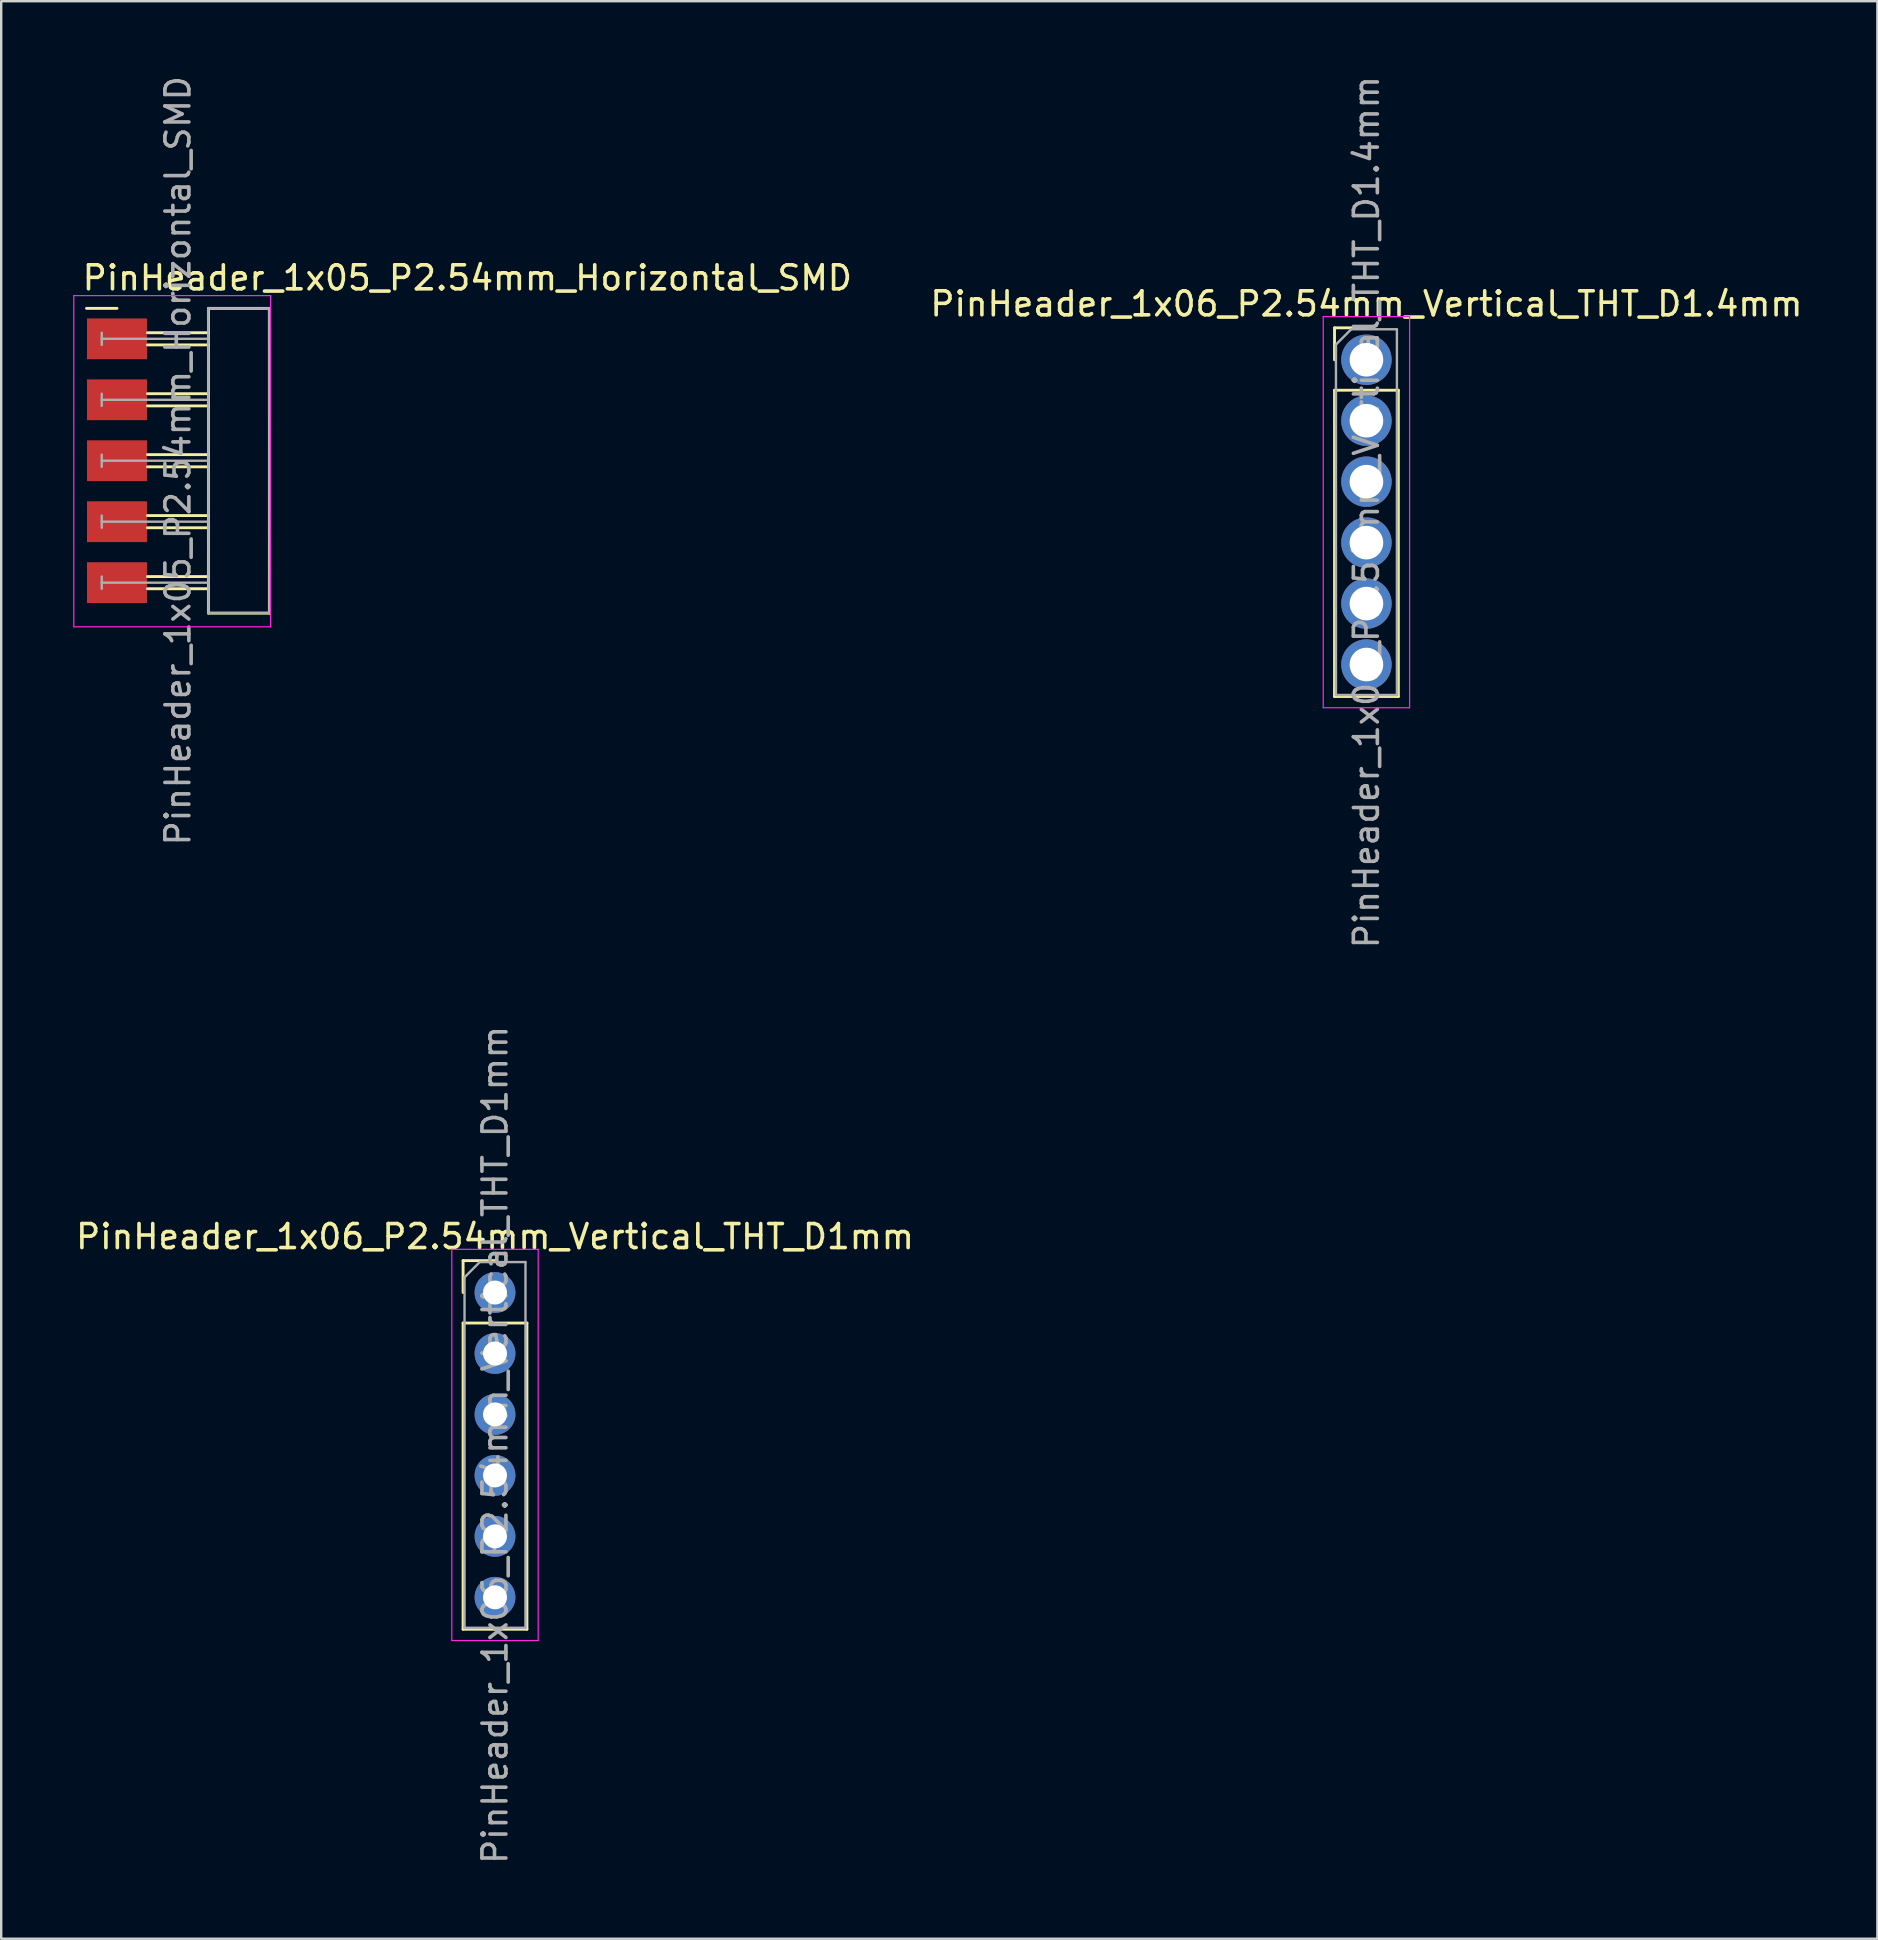
<source format=kicad_pcb>
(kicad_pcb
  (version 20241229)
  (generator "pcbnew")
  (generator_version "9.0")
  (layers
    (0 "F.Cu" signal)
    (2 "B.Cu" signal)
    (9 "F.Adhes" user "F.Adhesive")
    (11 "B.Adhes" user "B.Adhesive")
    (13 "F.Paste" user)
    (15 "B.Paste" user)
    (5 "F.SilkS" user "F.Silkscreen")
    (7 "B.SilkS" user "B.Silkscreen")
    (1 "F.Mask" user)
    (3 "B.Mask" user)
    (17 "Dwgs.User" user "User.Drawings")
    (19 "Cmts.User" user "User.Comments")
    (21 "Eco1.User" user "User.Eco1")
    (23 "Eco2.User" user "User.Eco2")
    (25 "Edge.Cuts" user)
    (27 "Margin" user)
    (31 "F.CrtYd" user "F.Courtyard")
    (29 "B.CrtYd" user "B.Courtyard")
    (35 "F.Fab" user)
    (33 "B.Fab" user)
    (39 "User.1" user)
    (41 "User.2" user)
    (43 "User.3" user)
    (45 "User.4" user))
  (footprint "PinHeader_1x06_P2.54mm_Vertical_THT_D1mm"
    (layer "F.Cu")
    (at 17.577 50.811)
    (property "Reference" "PinHeader_1x06_P2.54mm_Vertical_THT_D1mm" (at 0 -2.33 0) (layer "F.SilkS") (effects (font (size 1 1) (thickness 0.15))))
    (attr through_hole)
    (fp_line (start -1.33 -1.33) (end 0 -1.33) (stroke (width 0.12) (type solid)) (layer "F.SilkS"))
    (fp_line (start -1.33 0) (end -1.33 -1.33) (stroke (width 0.12) (type solid)) (layer "F.SilkS"))
    (fp_line (start -1.33 1.27) (end -1.33 14.03) (stroke (width 0.12) (type solid)) (layer "F.SilkS"))
    (fp_line (start -1.33 1.27) (end 1.33 1.27) (stroke (width 0.12) (type solid)) (layer "F.SilkS"))
    (fp_line (start -1.33 14.03) (end 1.33 14.03) (stroke (width 0.12) (type solid)) (layer "F.SilkS"))
    (fp_line (start 1.33 1.27) (end 1.33 14.03) (stroke (width 0.12) (type solid)) (layer "F.SilkS"))
    (fp_line (start -1.8 -1.8) (end -1.8 14.5) (stroke (width 0.05) (type solid)) (layer "F.CrtYd"))
    (fp_line (start -1.8 14.5) (end 1.8 14.5) (stroke (width 0.05) (type solid)) (layer "F.CrtYd"))
    (fp_line (start 1.8 -1.8) (end -1.8 -1.8) (stroke (width 0.05) (type solid)) (layer "F.CrtYd"))
    (fp_line (start 1.8 14.5) (end 1.8 -1.8) (stroke (width 0.05) (type solid)) (layer "F.CrtYd"))
    (fp_line (start -1.27 -0.635) (end -0.635 -1.27) (stroke (width 0.1) (type solid)) (layer "F.Fab"))
    (fp_line (start -1.27 13.97) (end -1.27 -0.635) (stroke (width 0.1) (type solid)) (layer "F.Fab"))
    (fp_line (start -0.635 -1.27) (end 1.27 -1.27) (stroke (width 0.1) (type solid)) (layer "F.Fab"))
    (fp_line (start 1.27 -1.27) (end 1.27 13.97) (stroke (width 0.1) (type solid)) (layer "F.Fab"))
    (fp_line (start 1.27 13.97) (end -1.27 13.97) (stroke (width 0.1) (type solid)) (layer "F.Fab"))
    (fp_text user "${REFERENCE}" (at 0 6.35 90) (layer "F.Fab") (effects (font (size 1 1) (thickness 0.15))))
    (pad "1" thru_hole circle (at 0 0) (size 1.7 1.7) (drill 1) (layers "*.Cu" "*.Mask"))
    (pad "2" thru_hole oval (at 0 2.54) (size 1.7 1.7) (drill 1) (layers "*.Cu" "*.Mask"))
    (pad "3" thru_hole oval (at 0 5.08) (size 1.7 1.7) (drill 1) (layers "*.Cu" "*.Mask"))
    (pad "4" thru_hole oval (at 0 7.62) (size 1.7 1.7) (drill 1) (layers "*.Cu" "*.Mask"))
    (pad "5" thru_hole oval (at 0 10.16) (size 1.7 1.7) (drill 1) (layers "*.Cu" "*.Mask"))
    (pad "6" thru_hole oval (at 0 12.7) (size 1.7 1.7) (drill 1) (layers "*.Cu" "*.Mask")))
  (footprint "PinHeader_1x06_P2.54mm_Vertical_THT_D1.4mm"
    (layer "F.Cu")
    (at 53.89 11.942)
    (property "Reference" "PinHeader_1x06_P2.54mm_Vertical_THT_D1.4mm" (at 0 -2.33 0) (layer "F.SilkS") (effects (font (size 1 1) (thickness 0.15))))
    (attr through_hole)
    (fp_line (start -1.33 -1.33) (end 0 -1.33) (stroke (width 0.12) (type solid)) (layer "F.SilkS"))
    (fp_line (start -1.33 0) (end -1.33 -1.33) (stroke (width 0.12) (type solid)) (layer "F.SilkS"))
    (fp_line (start -1.33 1.27) (end -1.33 14.03) (stroke (width 0.12) (type solid)) (layer "F.SilkS"))
    (fp_line (start -1.33 1.27) (end 1.33 1.27) (stroke (width 0.12) (type solid)) (layer "F.SilkS"))
    (fp_line (start -1.33 14.03) (end 1.33 14.03) (stroke (width 0.12) (type solid)) (layer "F.SilkS"))
    (fp_line (start 1.33 1.27) (end 1.33 14.03) (stroke (width 0.12) (type solid)) (layer "F.SilkS"))
    (fp_line (start -1.8 -1.8) (end -1.8 14.5) (stroke (width 0.05) (type solid)) (layer "F.CrtYd"))
    (fp_line (start -1.8 14.5) (end 1.8 14.5) (stroke (width 0.05) (type solid)) (layer "F.CrtYd"))
    (fp_line (start 1.8 -1.8) (end -1.8 -1.8) (stroke (width 0.05) (type solid)) (layer "F.CrtYd"))
    (fp_line (start 1.8 14.5) (end 1.8 -1.8) (stroke (width 0.05) (type solid)) (layer "F.CrtYd"))
    (fp_line (start -1.27 -0.635) (end -0.635 -1.27) (stroke (width 0.1) (type solid)) (layer "F.Fab"))
    (fp_line (start -1.27 13.97) (end -1.27 -0.635) (stroke (width 0.1) (type solid)) (layer "F.Fab"))
    (fp_line (start -0.635 -1.27) (end 1.27 -1.27) (stroke (width 0.1) (type solid)) (layer "F.Fab"))
    (fp_line (start 1.27 -1.27) (end 1.27 13.97) (stroke (width 0.1) (type solid)) (layer "F.Fab"))
    (fp_line (start 1.27 13.97) (end -1.27 13.97) (stroke (width 0.1) (type solid)) (layer "F.Fab"))
    (fp_text user "${REFERENCE}" (at 0 6.35 90) (layer "F.Fab") (effects (font (size 1 1) (thickness 0.15))))
    (pad "1" thru_hole circle (at 0 0) (size 2.1 2.1) (drill 1.4) (layers "*.Cu" "*.Mask"))
    (pad "2" thru_hole circle (at 0 2.54) (size 2.1 2.1) (drill 1.4) (layers "*.Cu" "*.Mask"))
    (pad "3" thru_hole circle (at 0 5.08) (size 2.1 2.1) (drill 1.4) (layers "*.Cu" "*.Mask"))
    (pad "4" thru_hole circle (at 0 7.62) (size 2.1 2.1) (drill 1.4) (layers "*.Cu" "*.Mask"))
    (pad "5" thru_hole circle (at 0 10.16) (size 2.1 2.1) (drill 1.4) (layers "*.Cu" "*.Mask"))
    (pad "6" thru_hole circle (at 0 12.7) (size 2.1 2.1) (drill 1.4) (layers "*.Cu" "*.Mask")))
  (footprint "PinHeader_1x05_P2.54mm_Horizontal_SMD"
    (layer "F.Cu")
    (at 1.825 11.069)
    (property "Reference" "PinHeader_1x05_P2.54mm_Horizontal_SMD" (at -1.524 -2.54 180) (layer "F.SilkS") (effects (font (size 1 1) (thickness 0.15)) (justify left)))
    (attr smd)
    (fp_line (start -1.27 -1.27) (end 0 -1.27) (stroke (width 0.12) (type solid)) (layer "F.SilkS"))
    (fp_line (start 3.81 -1.27) (end 6.35 -1.27) (stroke (width 0.12) (type solid)) (layer "F.SilkS"))
    (fp_line (start 3.81 -0.254) (end 1.27 -0.254) (stroke (width 0.12) (type solid)) (layer "F.SilkS"))
    (fp_line (start 3.81 0.254) (end 1.27 0.254) (stroke (width 0.12) (type solid)) (layer "F.SilkS"))
    (fp_line (start 3.81 2.286) (end 1.27 2.286) (stroke (width 0.12) (type solid)) (layer "F.SilkS"))
    (fp_line (start 3.81 2.794) (end 1.27 2.794) (stroke (width 0.12) (type solid)) (layer "F.SilkS"))
    (fp_line (start 3.81 4.826) (end 1.27 4.826) (stroke (width 0.12) (type solid)) (layer "F.SilkS"))
    (fp_line (start 3.81 5.334) (end 1.27 5.334) (stroke (width 0.12) (type solid)) (layer "F.SilkS"))
    (fp_line (start 3.81 7.366) (end 1.27 7.366) (stroke (width 0.12) (type solid)) (layer "F.SilkS"))
    (fp_line (start 3.81 7.874) (end 1.27 7.874) (stroke (width 0.12) (type solid)) (layer "F.SilkS"))
    (fp_line (start 3.81 9.906) (end 1.27 9.906) (stroke (width 0.12) (type solid)) (layer "F.SilkS"))
    (fp_line (start 3.81 10.414) (end 1.27 10.414) (stroke (width 0.12) (type solid)) (layer "F.SilkS"))
    (fp_line (start 3.81 11.43) (end 3.81 -1.27) (stroke (width 0.12) (type solid)) (layer "F.SilkS"))
    (fp_line (start 6.35 -1.27) (end 6.35 11.43) (stroke (width 0.12) (type solid)) (layer "F.SilkS"))
    (fp_line (start 6.35 11.43) (end 3.81 11.43) (stroke (width 0.12) (type solid)) (layer "F.SilkS"))
    (fp_line (start -1.8 -1.8) (end -1.8 12) (stroke (width 0.05) (type solid)) (layer "F.CrtYd"))
    (fp_line (start -1.8 12) (end 6.4 12) (stroke (width 0.05) (type solid)) (layer "F.CrtYd"))
    (fp_line (start 6.4 -1.8) (end -1.8 -1.8) (stroke (width 0.05) (type solid)) (layer "F.CrtYd"))
    (fp_line (start 6.4 12) (end 6.4 -1.8) (stroke (width 0.05) (type solid)) (layer "F.CrtYd"))
    (fp_line (start -0.635 -0.254) (end -0.635 0.254) (stroke (width 0.1) (type solid)) (layer "F.Fab"))
    (fp_line (start -0.635 2.286) (end -0.635 2.794) (stroke (width 0.1) (type solid)) (layer "F.Fab"))
    (fp_line (start -0.635 4.826) (end -0.635 5.334) (stroke (width 0.1) (type solid)) (layer "F.Fab"))
    (fp_line (start -0.635 7.366) (end -0.635 7.874) (stroke (width 0.1) (type solid)) (layer "F.Fab"))
    (fp_line (start -0.635 9.906) (end -0.635 10.414) (stroke (width 0.1) (type solid)) (layer "F.Fab"))
    (fp_line (start 3.8 -1.27) (end 6.34 -1.27) (stroke (width 0.1) (type solid)) (layer "F.Fab"))
    (fp_line (start 3.8 11.43) (end 6.35 11.43) (stroke (width 0.1) (type solid)) (layer "F.Fab"))
    (fp_line (start 3.81 0) (end -0.635 0) (stroke (width 0.1) (type solid)) (layer "F.Fab"))
    (fp_line (start 3.81 2.54) (end -0.635 2.54) (stroke (width 0.1) (type solid)) (layer "F.Fab"))
    (fp_line (start 3.81 5.08) (end -0.635 5.08) (stroke (width 0.1) (type solid)) (layer "F.Fab"))
    (fp_line (start 3.81 7.62) (end -0.635 7.62) (stroke (width 0.1) (type solid)) (layer "F.Fab"))
    (fp_line (start 3.81 10.16) (end -0.635 10.16) (stroke (width 0.1) (type solid)) (layer "F.Fab"))
    (fp_line (start 3.81 11.43) (end 3.8 -1.27) (stroke (width 0.1) (type solid)) (layer "F.Fab"))
    (fp_line (start 6.34 -1.27) (end 6.35 11.43) (stroke (width 0.1) (type solid)) (layer "F.Fab"))
    (fp_text user "${REFERENCE}" (at 2.54 5.08 90) (layer "F.Fab") (effects (font (size 1 1) (thickness 0.15))))
    (pad "1" smd rect (at 0 0) (size 2.5 1.7) (layers "F.Cu" "F.Mask" "F.Paste"))
    (pad "2" smd rect (at 0 2.54) (size 2.5 1.7) (layers "F.Cu" "F.Mask" "F.Paste"))
    (pad "3" smd rect (at 0 5.08) (size 2.5 1.7) (layers "F.Cu" "F.Mask" "F.Paste"))
    (pad "4" smd rect (at 0 7.62) (size 2.5 1.7) (layers "F.Cu" "F.Mask" "F.Paste"))
    (pad "5" smd rect (at 0 10.16) (size 2.5 1.7) (layers "F.Cu" "F.Mask" "F.Paste")))
  (gr_rect
    (start -3 -3)
    (end 75.182 77.738)
    (stroke (width 0.1) (type default))
    (fill no)
    (layer "Edge.Cuts")))
</source>
